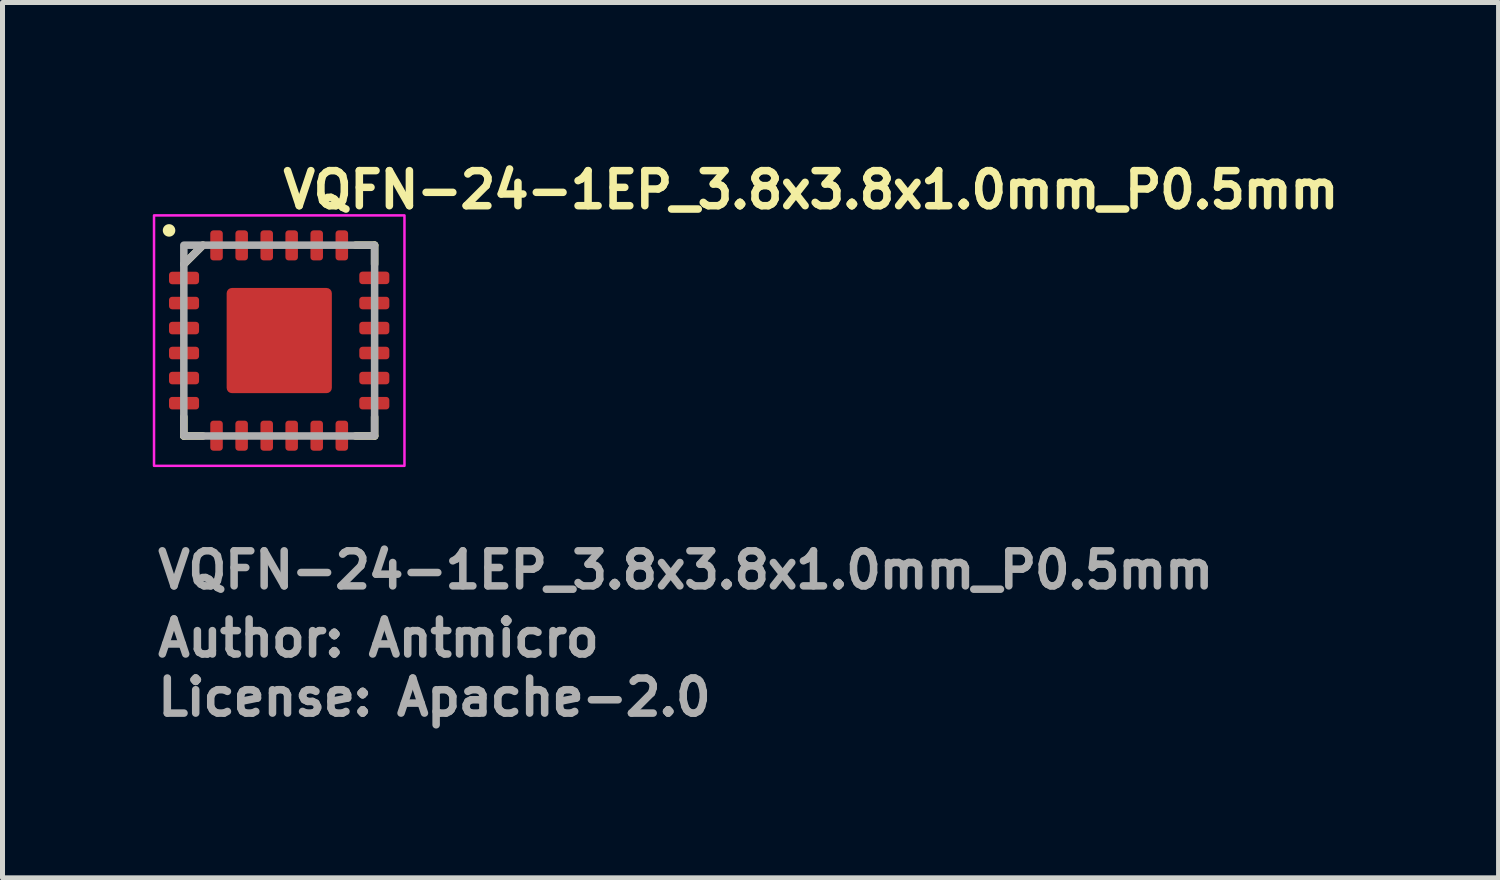
<source format=kicad_pcb>
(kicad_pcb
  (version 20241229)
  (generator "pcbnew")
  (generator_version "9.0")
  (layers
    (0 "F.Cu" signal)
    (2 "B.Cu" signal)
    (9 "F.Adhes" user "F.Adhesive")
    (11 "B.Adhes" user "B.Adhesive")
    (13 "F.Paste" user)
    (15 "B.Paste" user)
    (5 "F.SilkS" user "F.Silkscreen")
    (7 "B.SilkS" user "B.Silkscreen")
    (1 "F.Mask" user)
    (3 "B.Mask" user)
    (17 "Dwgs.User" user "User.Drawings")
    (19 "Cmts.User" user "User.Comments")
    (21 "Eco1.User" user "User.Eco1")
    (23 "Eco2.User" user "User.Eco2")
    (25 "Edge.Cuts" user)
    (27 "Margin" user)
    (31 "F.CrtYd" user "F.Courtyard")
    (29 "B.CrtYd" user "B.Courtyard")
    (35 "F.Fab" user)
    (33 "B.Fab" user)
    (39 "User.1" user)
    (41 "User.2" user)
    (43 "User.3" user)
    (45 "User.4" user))
  (footprint "VQFN-24-1EP_3.8x3.8x1.0mm_P0.5mm"
    (layer "F.Cu")
    (at 2.525 3.75)
    (property "Reference" "VQFN-24-1EP_3.8x3.8x1.0mm_P0.5mm" (at 0 -2.6 0) (layer "F.SilkS") (effects (font (size 0.7 0.7) (thickness 0.15)) (justify left bottom)))
    (attr smd)
    (fp_line (start -1.905 -1.524) (end -1.524 -1.905) (stroke (width 0.15) (type solid)) (layer "F.SilkS"))
    (fp_line (start -1.905 1.523) (end -1.905 1.904) (stroke (width 0.15) (type solid)) (layer "F.SilkS"))
    (fp_line (start -1.905 1.904) (end -1.524 1.904) (stroke (width 0.15) (type solid)) (layer "F.SilkS"))
    (fp_line (start 1.523 1.904) (end 1.904 1.904) (stroke (width 0.15) (type solid)) (layer "F.SilkS"))
    (fp_line (start 1.904 -1.905) (end 1.523 -1.905) (stroke (width 0.15) (type solid)) (layer "F.SilkS"))
    (fp_line (start 1.904 -1.524) (end 1.904 -1.905) (stroke (width 0.15) (type solid)) (layer "F.SilkS"))
    (fp_line (start 1.904 1.904) (end 1.904 1.523) (stroke (width 0.15) (type solid)) (layer "F.SilkS"))
    (fp_circle (center -2.2 -2.2) (end -2.15 -2.2) (stroke (width 0.15) (type solid)) (fill yes) (layer "F.SilkS"))
    (fp_rect (start -2.5 -2.5) (end 2.5 2.5) (stroke (width 0.05) (type solid)) (fill no) (layer "F.CrtYd"))
    (fp_line (start -1.905 -1.524) (end -1.524 -1.905) (stroke (width 0.15) (type solid)) (layer "F.Fab"))
    (fp_rect (start -1.905 1.904) (end 1.904 -1.905) (stroke (width 0.15) (type solid)) (fill no) (layer "F.Fab"))
    (fp_rect (start -2 -2) (end 1.999 1.999) (stroke (width 0.1) (type solid)) (fill no) (layer "User.5"))
    (fp_line (start -2 -2) (end -2 1.999) (stroke (width 0.02) (type solid)) (layer "User.9"))
    (fp_line (start -2 1.999) (end 1.999 1.999) (stroke (width 0.02) (type solid)) (layer "User.9"))
    (fp_line (start -1.651 -1.418) (end -1.651 -1.41) (stroke (width 0.02) (type solid)) (layer "User.9"))
    (fp_line (start -1.651 -1.41) (end -1.651 -1.401) (stroke (width 0.02) (type solid)) (layer "User.9"))
    (fp_line (start -1.651 -1.401) (end -1.651 -1.385) (stroke (width 0.02) (type solid)) (layer "User.9"))
    (fp_line (start -1.651 -1.385) (end -1.649 -1.367) (stroke (width 0.02) (type solid)) (layer "User.9"))
    (fp_line (start -1.649 -1.434) (end -1.649 -1.426) (stroke (width 0.02) (type solid)) (layer "User.9"))
    (fp_line (start -1.649 -1.426) (end -1.651 -1.418) (stroke (width 0.02) (type solid)) (layer "User.9"))
    (fp_line (start -1.649 -1.367) (end -1.647 -1.351) (stroke (width 0.02) (type solid)) (layer "User.9"))
    (fp_line (start -1.647 -1.45) (end -1.647 -1.442) (stroke (width 0.02) (type solid)) (layer "User.9"))
    (fp_line (start -1.647 -1.442) (end -1.649 -1.434) (stroke (width 0.02) (type solid)) (layer "User.9"))
    (fp_line (start -1.647 -1.351) (end -1.643 -1.335) (stroke (width 0.02) (type solid)) (layer "User.9"))
    (fp_line (start -1.645 -1.458) (end -1.647 -1.45) (stroke (width 0.02) (type solid)) (layer "User.9"))
    (fp_line (start -1.643 -1.466) (end -1.645 -1.458) (stroke (width 0.02) (type solid)) (layer "User.9"))
    (fp_line (start -1.643 -1.335) (end -1.637 -1.321) (stroke (width 0.02) (type solid)) (layer "User.9"))
    (fp_line (start -1.641 -1.474) (end -1.643 -1.466) (stroke (width 0.02) (type solid)) (layer "User.9"))
    (fp_line (start -1.637 -1.482) (end -1.641 -1.474) (stroke (width 0.02) (type solid)) (layer "User.9"))
    (fp_line (start -1.637 -1.321) (end -1.631 -1.305) (stroke (width 0.02) (type solid)) (layer "User.9"))
    (fp_line (start -1.635 -1.49) (end -1.637 -1.482) (stroke (width 0.02) (type solid)) (layer "User.9"))
    (fp_line (start -1.631 -1.496) (end -1.635 -1.49) (stroke (width 0.02) (type solid)) (layer "User.9"))
    (fp_line (start -1.631 -1.305) (end -1.625 -1.291) (stroke (width 0.02) (type solid)) (layer "User.9"))
    (fp_line (start -1.629 -1.504) (end -1.631 -1.496) (stroke (width 0.02) (type solid)) (layer "User.9"))
    (fp_line (start -1.625 -1.512) (end -1.629 -1.504) (stroke (width 0.02) (type solid)) (layer "User.9"))
    (fp_line (start -1.625 -1.291) (end -1.617 -1.276) (stroke (width 0.02) (type solid)) (layer "User.9"))
    (fp_line (start -1.621 -1.518) (end -1.625 -1.512) (stroke (width 0.02) (type solid)) (layer "User.9"))
    (fp_line (start -1.617 -1.526) (end -1.621 -1.518) (stroke (width 0.02) (type solid)) (layer "User.9"))
    (fp_line (start -1.617 -1.276) (end -1.609 -1.262) (stroke (width 0.02) (type solid)) (layer "User.9"))
    (fp_line (start -1.613 -1.532) (end -1.617 -1.526) (stroke (width 0.02) (type solid)) (layer "User.9"))
    (fp_line (start -1.609 -1.539) (end -1.613 -1.532) (stroke (width 0.02) (type solid)) (layer "User.9"))
    (fp_line (start -1.609 -1.262) (end -1.599 -1.25) (stroke (width 0.02) (type solid)) (layer "User.9"))
    (fp_line (start -1.605 -1.547) (end -1.609 -1.539) (stroke (width 0.02) (type solid)) (layer "User.9"))
    (fp_line (start -1.599 -1.553) (end -1.605 -1.547) (stroke (width 0.02) (type solid)) (layer "User.9"))
    (fp_line (start -1.599 -1.25) (end -1.589 -1.236) (stroke (width 0.02) (type solid)) (layer "User.9"))
    (fp_line (start -1.595 -1.559) (end -1.599 -1.553) (stroke (width 0.02) (type solid)) (layer "User.9"))
    (fp_line (start -1.589 -1.565) (end -1.595 -1.559) (stroke (width 0.02) (type solid)) (layer "User.9"))
    (fp_line (start -1.589 -1.236) (end -1.579 -1.224) (stroke (width 0.02) (type solid)) (layer "User.9"))
    (fp_line (start -1.583 -1.571) (end -1.589 -1.565) (stroke (width 0.02) (type solid)) (layer "User.9"))
    (fp_line (start -1.579 -1.577) (end -1.583 -1.571) (stroke (width 0.02) (type solid)) (layer "User.9"))
    (fp_line (start -1.579 -1.224) (end -1.567 -1.214) (stroke (width 0.02) (type solid)) (layer "User.9"))
    (fp_line (start -1.573 -1.583) (end -1.579 -1.577) (stroke (width 0.02) (type solid)) (layer "User.9"))
    (fp_line (start -1.567 -1.589) (end -1.573 -1.583) (stroke (width 0.02) (type solid)) (layer "User.9"))
    (fp_line (start -1.567 -1.214) (end -1.553 -1.202) (stroke (width 0.02) (type solid)) (layer "User.9"))
    (fp_line (start -1.561 -1.593) (end -1.567 -1.589) (stroke (width 0.02) (type solid)) (layer "User.9"))
    (fp_line (start -1.553 -1.599) (end -1.561 -1.593) (stroke (width 0.02) (type solid)) (layer "User.9"))
    (fp_line (start -1.553 -1.202) (end -1.541 -1.194) (stroke (width 0.02) (type solid)) (layer "User.9"))
    (fp_line (start -1.547 -1.603) (end -1.553 -1.599) (stroke (width 0.02) (type solid)) (layer "User.9"))
    (fp_line (start -1.541 -1.609) (end -1.547 -1.603) (stroke (width 0.02) (type solid)) (layer "User.9"))
    (fp_line (start -1.541 -1.194) (end -1.526 -1.184) (stroke (width 0.02) (type solid)) (layer "User.9"))
    (fp_line (start -1.534 -1.613) (end -1.541 -1.609) (stroke (width 0.02) (type solid)) (layer "User.9"))
    (fp_line (start -1.526 -1.617) (end -1.534 -1.613) (stroke (width 0.02) (type solid)) (layer "User.9"))
    (fp_line (start -1.526 -1.617) (end -1.526 -1.617) (stroke (width 0.02) (type solid)) (layer "User.9"))
    (fp_line (start -1.526 -1.184) (end -1.526 -1.184) (stroke (width 0.02) (type solid)) (layer "User.9"))
    (fp_line (start -1.526 -1.184) (end -1.512 -1.176) (stroke (width 0.02) (type solid)) (layer "User.9"))
    (fp_line (start -1.512 -1.625) (end -1.526 -1.617) (stroke (width 0.02) (type solid)) (layer "User.9"))
    (fp_line (start -1.512 -1.176) (end -1.496 -1.17) (stroke (width 0.02) (type solid)) (layer "User.9"))
    (fp_line (start -1.496 -1.633) (end -1.512 -1.625) (stroke (width 0.02) (type solid)) (layer "User.9"))
    (fp_line (start -1.496 -1.17) (end -1.48 -1.164) (stroke (width 0.02) (type solid)) (layer "User.9"))
    (fp_line (start -1.48 -1.637) (end -1.496 -1.633) (stroke (width 0.02) (type solid)) (layer "User.9"))
    (fp_line (start -1.48 -1.164) (end -1.466 -1.16) (stroke (width 0.02) (type solid)) (layer "User.9"))
    (fp_line (start -1.466 -1.643) (end -1.48 -1.637) (stroke (width 0.02) (type solid)) (layer "User.9"))
    (fp_line (start -1.466 -1.16) (end -1.45 -1.156) (stroke (width 0.02) (type solid)) (layer "User.9"))
    (fp_line (start -1.45 -1.647) (end -1.466 -1.643) (stroke (width 0.02) (type solid)) (layer "User.9"))
    (fp_line (start -1.45 -1.156) (end -1.434 -1.154) (stroke (width 0.02) (type solid)) (layer "User.9"))
    (fp_line (start -1.434 -1.649) (end -1.45 -1.647) (stroke (width 0.02) (type solid)) (layer "User.9"))
    (fp_line (start -1.434 -1.154) (end -1.418 -1.151) (stroke (width 0.02) (type solid)) (layer "User.9"))
    (fp_line (start -1.418 -1.651) (end -1.434 -1.649) (stroke (width 0.02) (type solid)) (layer "User.9"))
    (fp_line (start -1.418 -1.151) (end -1.401 -1.151) (stroke (width 0.02) (type solid)) (layer "User.9"))
    (fp_line (start -1.401 -1.651) (end -1.418 -1.651) (stroke (width 0.02) (type solid)) (layer "User.9"))
    (fp_line (start -1.401 -1.151) (end -1.385 -1.151) (stroke (width 0.02) (type solid)) (layer "User.9"))
    (fp_line (start -1.385 -1.651) (end -1.401 -1.651) (stroke (width 0.02) (type solid)) (layer "User.9"))
    (fp_line (start -1.385 -1.151) (end -1.369 -1.154) (stroke (width 0.02) (type solid)) (layer "User.9"))
    (fp_line (start -1.369 -1.649) (end -1.385 -1.651) (stroke (width 0.02) (type solid)) (layer "User.9"))
    (fp_line (start -1.369 -1.154) (end -1.353 -1.156) (stroke (width 0.02) (type solid)) (layer "User.9"))
    (fp_line (start -1.353 -1.647) (end -1.369 -1.649) (stroke (width 0.02) (type solid)) (layer "User.9"))
    (fp_line (start -1.353 -1.156) (end -1.337 -1.16) (stroke (width 0.02) (type solid)) (layer "User.9"))
    (fp_line (start -1.337 -1.643) (end -1.353 -1.647) (stroke (width 0.02) (type solid)) (layer "User.9"))
    (fp_line (start -1.337 -1.16) (end -1.321 -1.164) (stroke (width 0.02) (type solid)) (layer "User.9"))
    (fp_line (start -1.321 -1.637) (end -1.337 -1.643) (stroke (width 0.02) (type solid)) (layer "User.9"))
    (fp_line (start -1.321 -1.164) (end -1.305 -1.17) (stroke (width 0.02) (type solid)) (layer "User.9"))
    (fp_line (start -1.305 -1.633) (end -1.321 -1.637) (stroke (width 0.02) (type solid)) (layer "User.9"))
    (fp_line (start -1.305 -1.17) (end -1.291 -1.176) (stroke (width 0.02) (type solid)) (layer "User.9"))
    (fp_line (start -1.291 -1.625) (end -1.305 -1.633) (stroke (width 0.02) (type solid)) (layer "User.9"))
    (fp_line (start -1.291 -1.176) (end -1.276 -1.184) (stroke (width 0.02) (type solid)) (layer "User.9"))
    (fp_line (start -1.276 -1.617) (end -1.291 -1.625) (stroke (width 0.02) (type solid)) (layer "User.9"))
    (fp_line (start -1.276 -1.617) (end -1.276 -1.617) (stroke (width 0.02) (type solid)) (layer "User.9"))
    (fp_line (start -1.276 -1.184) (end -1.276 -1.184) (stroke (width 0.02) (type solid)) (layer "User.9"))
    (fp_line (start -1.276 -1.184) (end -1.268 -1.188) (stroke (width 0.02) (type solid)) (layer "User.9"))
    (fp_line (start -1.268 -1.188) (end -1.262 -1.194) (stroke (width 0.02) (type solid)) (layer "User.9"))
    (fp_line (start -1.262 -1.609) (end -1.276 -1.617) (stroke (width 0.02) (type solid)) (layer "User.9"))
    (fp_line (start -1.262 -1.194) (end -1.256 -1.198) (stroke (width 0.02) (type solid)) (layer "User.9"))
    (fp_line (start -1.256 -1.198) (end -1.248 -1.202) (stroke (width 0.02) (type solid)) (layer "User.9"))
    (fp_line (start -1.248 -1.599) (end -1.262 -1.609) (stroke (width 0.02) (type solid)) (layer "User.9"))
    (fp_line (start -1.248 -1.202) (end -1.242 -1.208) (stroke (width 0.02) (type solid)) (layer "User.9"))
    (fp_line (start -1.242 -1.208) (end -1.236 -1.214) (stroke (width 0.02) (type solid)) (layer "User.9"))
    (fp_line (start -1.236 -1.589) (end -1.248 -1.599) (stroke (width 0.02) (type solid)) (layer "User.9"))
    (fp_line (start -1.236 -1.214) (end -1.23 -1.218) (stroke (width 0.02) (type solid)) (layer "User.9"))
    (fp_line (start -1.23 -1.218) (end -1.224 -1.224) (stroke (width 0.02) (type solid)) (layer "User.9"))
    (fp_line (start -1.224 -1.577) (end -1.236 -1.589) (stroke (width 0.02) (type solid)) (layer "User.9"))
    (fp_line (start -1.224 -1.224) (end -1.218 -1.23) (stroke (width 0.02) (type solid)) (layer "User.9"))
    (fp_line (start -1.218 -1.23) (end -1.212 -1.236) (stroke (width 0.02) (type solid)) (layer "User.9"))
    (fp_line (start -1.212 -1.565) (end -1.224 -1.577) (stroke (width 0.02) (type solid)) (layer "User.9"))
    (fp_line (start -1.212 -1.236) (end -1.208 -1.242) (stroke (width 0.02) (type solid)) (layer "User.9"))
    (fp_line (start -1.208 -1.242) (end -1.202 -1.25) (stroke (width 0.02) (type solid)) (layer "User.9"))
    (fp_line (start -1.202 -1.553) (end -1.212 -1.565) (stroke (width 0.02) (type solid)) (layer "User.9"))
    (fp_line (start -1.202 -1.25) (end -1.198 -1.256) (stroke (width 0.02) (type solid)) (layer "User.9"))
    (fp_line (start -1.198 -1.256) (end -1.194 -1.262) (stroke (width 0.02) (type solid)) (layer "User.9"))
    (fp_line (start -1.194 -1.539) (end -1.202 -1.553) (stroke (width 0.02) (type solid)) (layer "User.9"))
    (fp_line (start -1.194 -1.262) (end -1.188 -1.27) (stroke (width 0.02) (type solid)) (layer "User.9"))
    (fp_line (start -1.188 -1.27) (end -1.184 -1.276) (stroke (width 0.02) (type solid)) (layer "User.9"))
    (fp_line (start -1.184 -1.526) (end -1.194 -1.539) (stroke (width 0.02) (type solid)) (layer "User.9"))
    (fp_line (start -1.184 -1.276) (end -1.18 -1.283) (stroke (width 0.02) (type solid)) (layer "User.9"))
    (fp_line (start -1.18 -1.283) (end -1.176 -1.291) (stroke (width 0.02) (type solid)) (layer "User.9"))
    (fp_line (start -1.176 -1.512) (end -1.184 -1.526) (stroke (width 0.02) (type solid)) (layer "User.9"))
    (fp_line (start -1.176 -1.291) (end -1.174 -1.297) (stroke (width 0.02) (type solid)) (layer "User.9"))
    (fp_line (start -1.174 -1.297) (end -1.17 -1.305) (stroke (width 0.02) (type solid)) (layer "User.9"))
    (fp_line (start -1.17 -1.496) (end -1.176 -1.512) (stroke (width 0.02) (type solid)) (layer "User.9"))
    (fp_line (start -1.17 -1.305) (end -1.168 -1.313) (stroke (width 0.02) (type solid)) (layer "User.9"))
    (fp_line (start -1.168 -1.313) (end -1.164 -1.321) (stroke (width 0.02) (type solid)) (layer "User.9"))
    (fp_line (start -1.164 -1.482) (end -1.17 -1.496) (stroke (width 0.02) (type solid)) (layer "User.9"))
    (fp_line (start -1.164 -1.321) (end -1.162 -1.327) (stroke (width 0.02) (type solid)) (layer "User.9"))
    (fp_line (start -1.162 -1.327) (end -1.16 -1.335) (stroke (width 0.02) (type solid)) (layer "User.9"))
    (fp_line (start -1.16 -1.466) (end -1.164 -1.482) (stroke (width 0.02) (type solid)) (layer "User.9"))
    (fp_line (start -1.16 -1.335) (end -1.158 -1.343) (stroke (width 0.02) (type solid)) (layer "User.9"))
    (fp_line (start -1.158 -1.343) (end -1.156 -1.351) (stroke (width 0.02) (type solid)) (layer "User.9"))
    (fp_line (start -1.156 -1.45) (end -1.16 -1.466) (stroke (width 0.02) (type solid)) (layer "User.9"))
    (fp_line (start -1.156 -1.351) (end -1.154 -1.359) (stroke (width 0.02) (type solid)) (layer "User.9"))
    (fp_line (start -1.154 -1.434) (end -1.156 -1.45) (stroke (width 0.02) (type solid)) (layer "User.9"))
    (fp_line (start -1.154 -1.367) (end -1.153 -1.377) (stroke (width 0.02) (type solid)) (layer "User.9"))
    (fp_line (start -1.154 -1.359) (end -1.154 -1.367) (stroke (width 0.02) (type solid)) (layer "User.9"))
    (fp_line (start -1.153 -1.377) (end -1.151 -1.385) (stroke (width 0.02) (type solid)) (layer "User.9"))
    (fp_line (start -1.151 -1.418) (end -1.154 -1.434) (stroke (width 0.02) (type solid)) (layer "User.9"))
    (fp_line (start -1.151 -1.401) (end -1.151 -1.418) (stroke (width 0.02) (type solid)) (layer "User.9"))
    (fp_line (start -1.151 -1.393) (end -1.151 -1.401) (stroke (width 0.02) (type solid)) (layer "User.9"))
    (fp_line (start -1.151 -1.385) (end -1.151 -1.393) (stroke (width 0.02) (type solid)) (layer "User.9"))
    (fp_line (start 1.999 -2) (end -2 -2) (stroke (width 0.02) (type solid)) (layer "User.9"))
    (fp_line (start 1.999 1.999) (end 1.999 -2) (stroke (width 0.02) (type solid)) (layer "User.9"))
    (fp_text user "${REFERENCE}" (at -2.5 4.99 0) (layer "F.Fab") (effects (font (size 0.7 0.7) (thickness 0.15)) (justify left bottom)))
    (fp_text user "Author: Antmicro" (at -2.5 6.35 0) (layer "F.Fab") (effects (font (size 0.7 0.7) (thickness 0.15)) (justify left bottom)))
    (fp_text user "License: Apache-2.0" (at -2.5 7.53 0) (layer "F.Fab") (effects (font (size 0.7 0.7) (thickness 0.15)) (justify left bottom)))
    (pad "1" smd roundrect (at -1.901 -1.25 90) (size 0.25 0.6) (layers "F.Cu" "F.Mask" "F.Paste") (roundrect_rratio 0.25))
    (pad "2" smd roundrect (at -1.901 -0.75 90) (size 0.25 0.6) (layers "F.Cu" "F.Mask" "F.Paste") (roundrect_rratio 0.25))
    (pad "3" smd roundrect (at -1.901 -0.25 90) (size 0.25 0.6) (layers "F.Cu" "F.Mask" "F.Paste") (roundrect_rratio 0.25))
    (pad "4" smd roundrect (at -1.901 0.248 90) (size 0.25 0.6) (layers "F.Cu" "F.Mask" "F.Paste") (roundrect_rratio 0.25))
    (pad "5" smd roundrect (at -1.901 0.748 90) (size 0.25 0.6) (layers "F.Cu" "F.Mask" "F.Paste") (roundrect_rratio 0.25))
    (pad "6" smd roundrect (at -1.901 1.249 90) (size 0.25 0.6) (layers "F.Cu" "F.Mask" "F.Paste") (roundrect_rratio 0.25))
    (pad "7" smd roundrect (at -1.252 1.898 180) (size 0.25 0.6) (layers "F.Cu" "F.Mask" "F.Paste") (roundrect_rratio 0.25))
    (pad "8" smd roundrect (at -0.751 1.898 180) (size 0.25 0.6) (layers "F.Cu" "F.Mask" "F.Paste") (roundrect_rratio 0.25))
    (pad "9" smd roundrect (at -0.25 1.898 180) (size 0.25 0.6) (layers "F.Cu" "F.Mask" "F.Paste") (roundrect_rratio 0.25))
    (pad "10" smd roundrect (at 0.248 1.898 180) (size 0.25 0.6) (layers "F.Cu" "F.Mask" "F.Paste") (roundrect_rratio 0.25))
    (pad "11" smd roundrect (at 0.748 1.898 180) (size 0.25 0.6) (layers "F.Cu" "F.Mask" "F.Paste") (roundrect_rratio 0.25))
    (pad "12" smd roundrect (at 1.249 1.898 180) (size 0.25 0.6) (layers "F.Cu" "F.Mask" "F.Paste") (roundrect_rratio 0.25))
    (pad "13" smd roundrect (at 1.898 1.249 270) (size 0.25 0.6) (layers "F.Cu" "F.Mask" "F.Paste") (roundrect_rratio 0.25))
    (pad "14" smd roundrect (at 1.898 0.748 270) (size 0.25 0.6) (layers "F.Cu" "F.Mask" "F.Paste") (roundrect_rratio 0.25))
    (pad "15" smd roundrect (at 1.898 0.248 270) (size 0.25 0.6) (layers "F.Cu" "F.Mask" "F.Paste") (roundrect_rratio 0.25))
    (pad "16" smd roundrect (at 1.898 -0.25 270) (size 0.25 0.6) (layers "F.Cu" "F.Mask" "F.Paste") (roundrect_rratio 0.25))
    (pad "17" smd roundrect (at 1.898 -0.75 270) (size 0.25 0.6) (layers "F.Cu" "F.Mask" "F.Paste") (roundrect_rratio 0.25))
    (pad "18" smd roundrect (at 1.898 -1.252 270) (size 0.25 0.6) (layers "F.Cu" "F.Mask" "F.Paste") (roundrect_rratio 0.25))
    (pad "19" smd roundrect (at 1.249 -1.901) (size 0.25 0.6) (layers "F.Cu" "F.Mask" "F.Paste") (roundrect_rratio 0.25))
    (pad "20" smd roundrect (at 0.748 -1.901) (size 0.25 0.6) (layers "F.Cu" "F.Mask" "F.Paste") (roundrect_rratio 0.25))
    (pad "21" smd roundrect (at 0.248 -1.901) (size 0.25 0.6) (layers "F.Cu" "F.Mask" "F.Paste") (roundrect_rratio 0.25))
    (pad "22" smd roundrect (at -0.25 -1.901) (size 0.25 0.6) (layers "F.Cu" "F.Mask" "F.Paste") (roundrect_rratio 0.25))
    (pad "23" smd roundrect (at -0.75 -1.901) (size 0.25 0.6) (layers "F.Cu" "F.Mask" "F.Paste") (roundrect_rratio 0.25))
    (pad "24" smd roundrect (at -1.252 -1.901) (size 0.25 0.6) (layers "F.Cu" "F.Mask" "F.Paste") (roundrect_rratio 0.25))
    (pad "25" smd roundrect (at 0 -0.001) (size 2.1 2.1) (layers "F.Cu" "F.Mask" "F.Paste") (roundrect_rratio 0.05)))
  (gr_rect
    (start -3 -3)
    (end 26.868 14.476)
    (stroke (width 0.1) (type default))
    (fill no)
    (layer "Edge.Cuts")))
</source>
